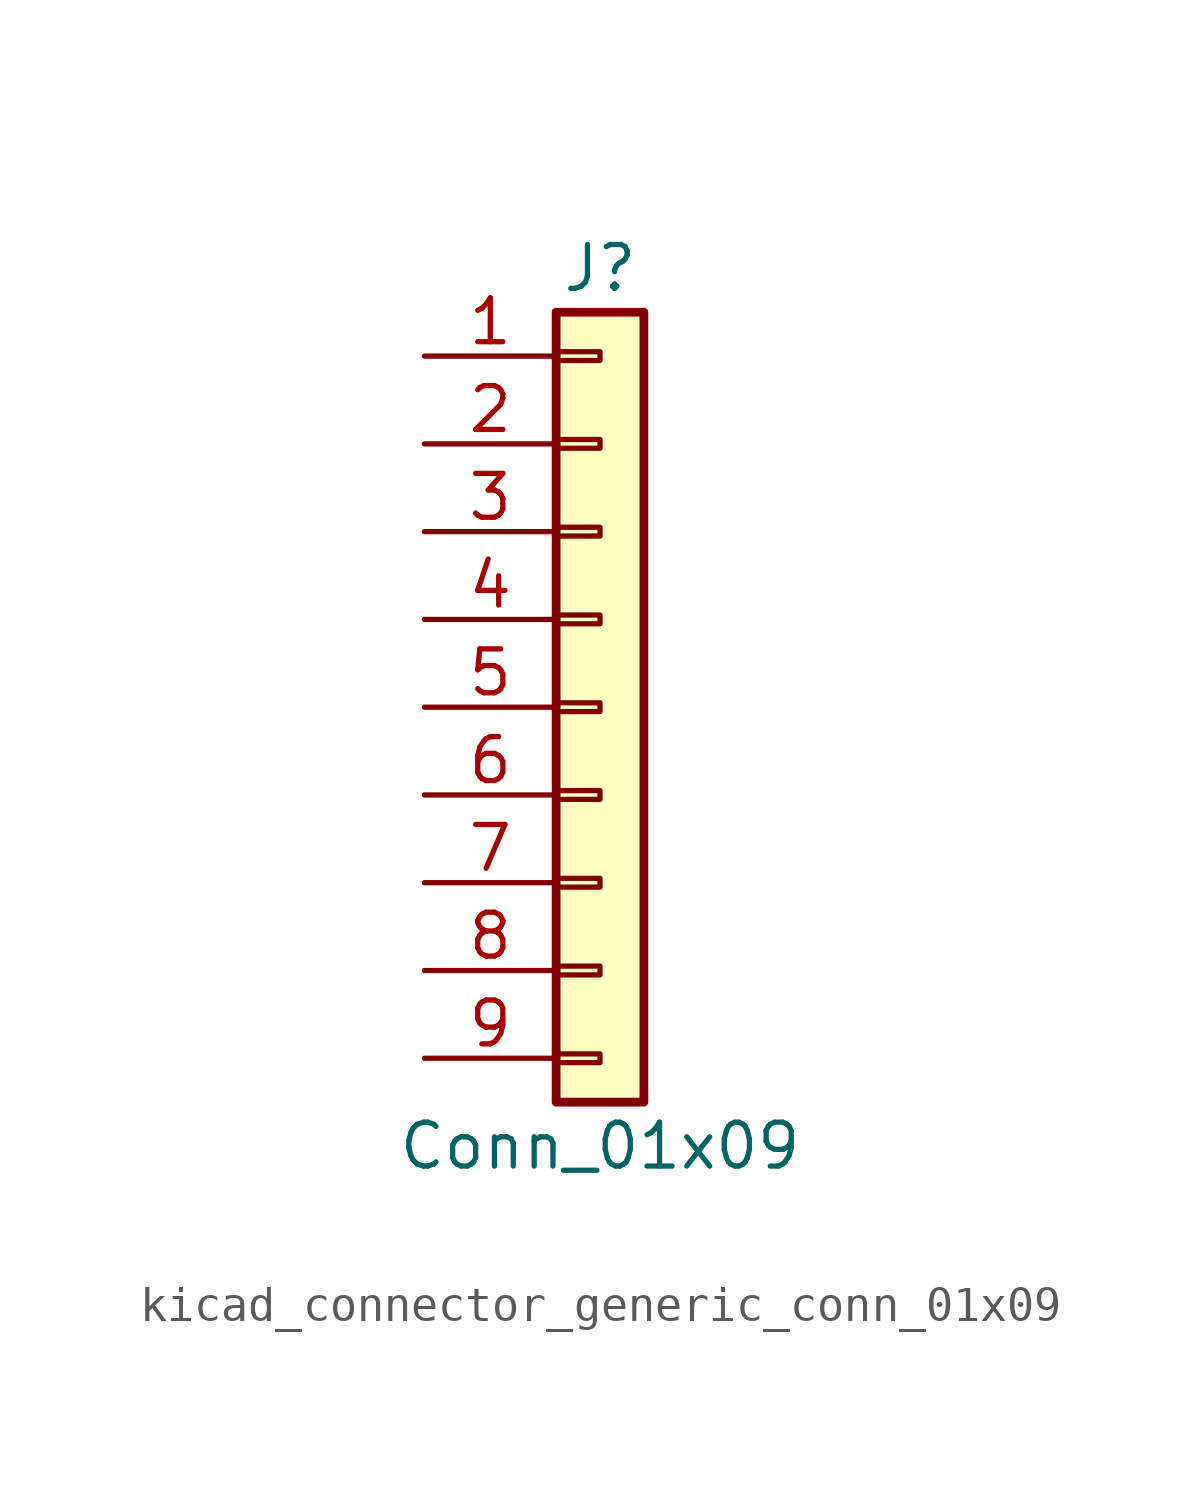
<source format=kicad_sym>
(kicad_symbol_lib
  (version 20220914)
  (generator kicad_symbol_editor)
  (symbol "kicad_connector_generic_conn_01x09"
    (pin_names
      (offset 1.016) hide)
    (property "Reference" "J"
      (at 0 12.7 0)
      (effects (font (size 1.27 1.27))))
    (property "Value" "Conn_01x09"
      (at 0 -12.7 0)
      (effects (font (size 1.27 1.27))))
    (symbol "kicad_connector_generic_conn_01x09_1_1"
      (rectangle (start -1.27 -10.033) (end 0 -10.287) (stroke (width 0.152) (type default)) (fill (type none)))
      (rectangle (start -1.27 -7.493) (end 0 -7.747) (stroke (width 0.152) (type default)) (fill (type none)))
      (rectangle (start -1.27 -4.953) (end 0 -5.207) (stroke (width 0.152) (type default)) (fill (type none)))
      (rectangle (start -1.27 -2.413) (end 0 -2.667) (stroke (width 0.152) (type default)) (fill (type none)))
      (rectangle (start -1.27 0.127) (end 0 -0.127) (stroke (width 0.152) (type default)) (fill (type none)))
      (rectangle (start -1.27 2.667) (end 0 2.413) (stroke (width 0.152) (type default)) (fill (type none)))
      (rectangle (start -1.27 5.207) (end 0 4.953) (stroke (width 0.152) (type default)) (fill (type none)))
      (rectangle (start -1.27 7.747) (end 0 7.493) (stroke (width 0.152) (type default)) (fill (type none)))
      (rectangle (start -1.27 10.287) (end 0 10.033) (stroke (width 0.152) (type default)) (fill (type none)))
      (rectangle (start -1.27 11.43) (end 1.27 -11.43) (stroke (width 0.254) (type default)) (fill (type background)))
      (pin passive line (at -5.08 10.16 0) (length 3.81) (name "Pin_1" (effects (font (size 1.27 1.27)))) (number "1" (effects (font (size 1.27 1.27)))))
      (pin passive line (at -5.08 7.62 0) (length 3.81) (name "Pin_2" (effects (font (size 1.27 1.27)))) (number "2" (effects (font (size 1.27 1.27)))))
      (pin passive line (at -5.08 5.08 0) (length 3.81) (name "Pin_3" (effects (font (size 1.27 1.27)))) (number "3" (effects (font (size 1.27 1.27)))))
      (pin passive line (at -5.08 2.54 0) (length 3.81) (name "Pin_4" (effects (font (size 1.27 1.27)))) (number "4" (effects (font (size 1.27 1.27)))))
      (pin passive line (at -5.08 0 0) (length 3.81) (name "Pin_5" (effects (font (size 1.27 1.27)))) (number "5" (effects (font (size 1.27 1.27)))))
      (pin passive line (at -5.08 -2.54 0) (length 3.81) (name "Pin_6" (effects (font (size 1.27 1.27)))) (number "6" (effects (font (size 1.27 1.27)))))
      (pin passive line (at -5.08 -5.08 0) (length 3.81) (name "Pin_7" (effects (font (size 1.27 1.27)))) (number "7" (effects (font (size 1.27 1.27)))))
      (pin passive line (at -5.08 -7.62 0) (length 3.81) (name "Pin_8" (effects (font (size 1.27 1.27)))) (number "8" (effects (font (size 1.27 1.27)))))
      (pin passive line (at -5.08 -10.16 0) (length 3.81) (name "Pin_9" (effects (font (size 1.27 1.27)))) (number "9" (effects (font (size 1.27 1.27))))))))
</source>
